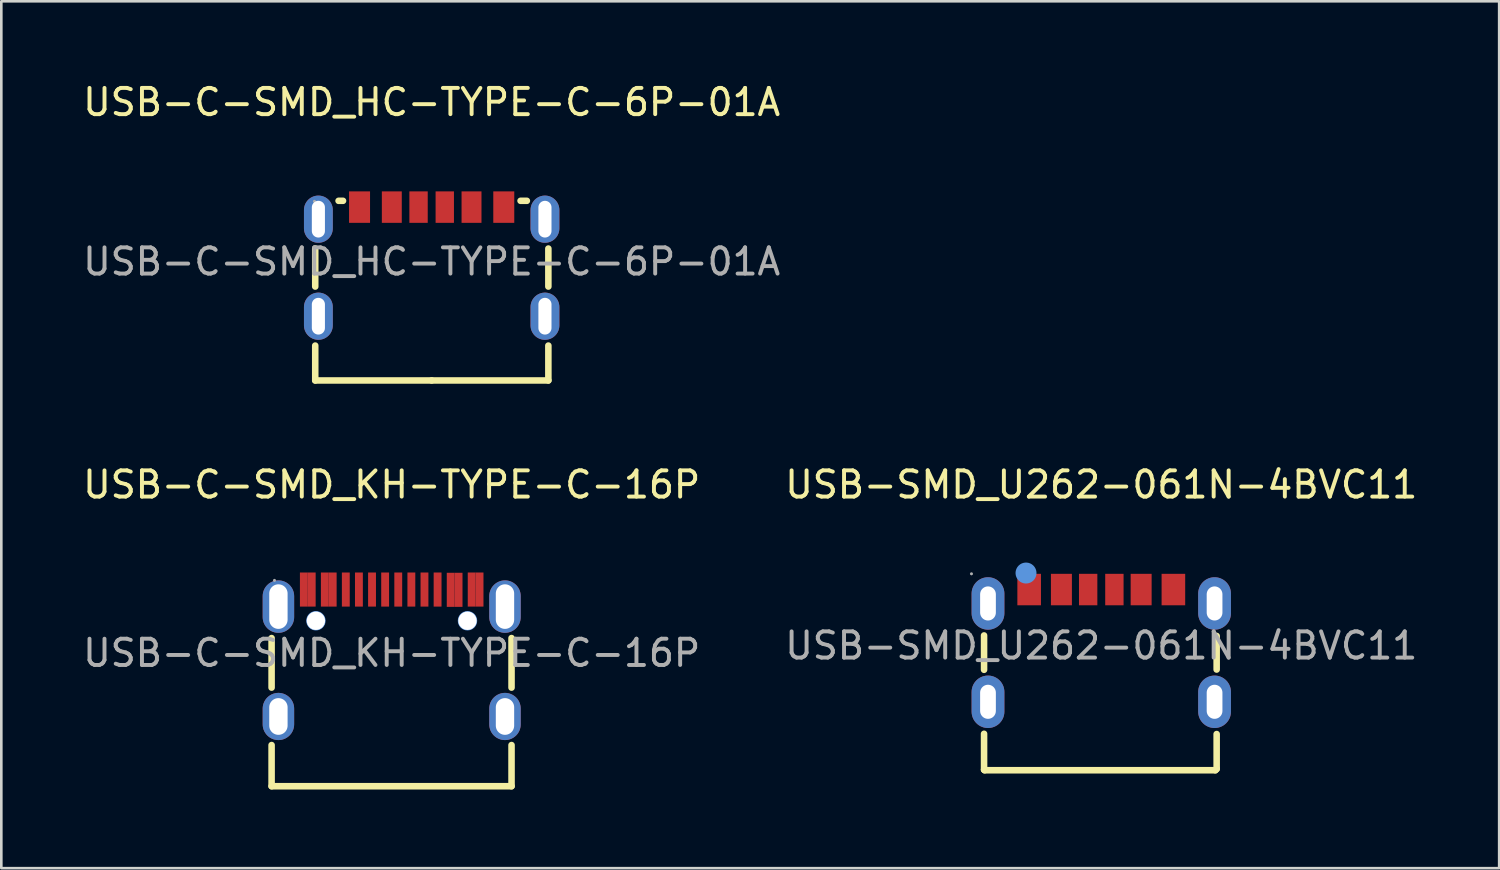
<source format=kicad_pcb>
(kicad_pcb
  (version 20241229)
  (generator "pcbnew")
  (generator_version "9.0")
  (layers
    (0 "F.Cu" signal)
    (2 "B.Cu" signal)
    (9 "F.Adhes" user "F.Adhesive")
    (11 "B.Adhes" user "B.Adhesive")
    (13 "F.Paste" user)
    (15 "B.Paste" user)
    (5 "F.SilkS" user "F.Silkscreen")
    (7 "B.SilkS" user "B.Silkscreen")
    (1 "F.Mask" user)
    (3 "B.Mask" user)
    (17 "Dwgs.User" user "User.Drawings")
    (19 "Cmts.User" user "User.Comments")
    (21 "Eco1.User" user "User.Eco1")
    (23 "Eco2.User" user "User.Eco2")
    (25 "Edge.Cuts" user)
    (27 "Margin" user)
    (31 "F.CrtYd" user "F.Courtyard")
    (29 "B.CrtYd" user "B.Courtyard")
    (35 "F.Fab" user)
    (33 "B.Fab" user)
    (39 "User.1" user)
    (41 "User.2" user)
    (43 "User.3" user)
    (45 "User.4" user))
  (footprint "USB-C-SMD_KH-TYPE-C-16P"
    (layer "F.Cu")
    (at 11.887 21.852)
    (property "Reference" "USB-C-SMD_KH-TYPE-C-16P" (at 0 -6.42 0) (layer "F.SilkS") (effects (font (size 1 1) (thickness 0.15))))
    (attr through_hole)
    (fp_line (start -4.58 -0.57) (end -4.58 1.32) (stroke (width 0.25) (type solid)) (layer "F.SilkS"))
    (fp_line (start -4.58 3.51) (end -4.58 5.08) (stroke (width 0.25) (type solid)) (layer "F.SilkS"))
    (fp_line (start -4.58 5.08) (end 4.57 5.08) (stroke (width 0.25) (type solid)) (layer "F.SilkS"))
    (fp_line (start 4.57 1.32) (end 4.57 -0.57) (stroke (width 0.25) (type solid)) (layer "F.SilkS"))
    (fp_line (start 4.57 5.08) (end 4.57 3.51) (stroke (width 0.25) (type solid)) (layer "F.SilkS"))
    (fp_circle (center -2.89 -1.23) (end -2.77 -1.23) (stroke (width 0.25) (type solid)) (fill no) (layer "Cmts.User"))
    (fp_circle (center 2.89 -1.23) (end 3.01 -1.23) (stroke (width 0.25) (type solid)) (fill no) (layer "Cmts.User"))
    (fp_circle (center -4.47 -2.77) (end -4.44 -2.77) (stroke (width 0.06) (type solid)) (fill no) (layer "F.Fab"))
    (fp_text user "${REFERENCE}" (at 0 0 0) (layer "F.Fab") (effects (font (size 1 1) (thickness 0.15))))
    (pad "" thru_hole circle (at -2.89 -1.23) (size 0.7 0.7) (drill 0.7) (layers "*.Cu" "*.Mask"))
    (pad "" thru_hole circle (at 2.89 -1.23) (size 0.7 0.7) (drill 0.7) (layers "*.Cu" "*.Mask"))
    (pad "1" thru_hole oval (at -4.32 -1.77) (size 1.2 2) (drill oval 0.7 1.7) (layers "*.Cu" "*.Paste" "*.Mask"))
    (pad "2" thru_hole oval (at 4.32 -1.77) (size 1.2 2) (drill oval 0.7 1.7) (layers "*.Cu" "*.Paste" "*.Mask"))
    (pad "3" thru_hole oval (at -4.32 2.42) (size 1.2 1.8) (drill oval 0.7 1.4) (layers "*.Cu" "*.Paste" "*.Mask"))
    (pad "4" thru_hole oval (at 4.32 2.42) (size 1.2 1.8) (drill oval 0.7 1.4) (layers "*.Cu" "*.Paste" "*.Mask"))
    (pad "A1" smd rect (at -3.35 -2.42) (size 0.3 1.3) (layers "F.Cu" "F.Mask" "F.Paste"))
    (pad "A4" smd rect (at -2.55 -2.42) (size 0.3 1.3) (layers "F.Cu" "F.Mask" "F.Paste"))
    (pad "A5" smd rect (at -1.25 -2.42) (size 0.3 1.3) (layers "F.Cu" "F.Mask" "F.Paste"))
    (pad "A6" smd rect (at -0.25 -2.42) (size 0.3 1.3) (layers "F.Cu" "F.Mask" "F.Paste"))
    (pad "A7" smd rect (at 0.25 -2.42) (size 0.3 1.3) (layers "F.Cu" "F.Mask" "F.Paste"))
    (pad "A8" smd rect (at 1.25 -2.42) (size 0.3 1.3) (layers "F.Cu" "F.Mask" "F.Paste"))
    (pad "A9" smd rect (at 2.55 -2.41) (size 0.3 1.3) (layers "F.Cu" "F.Mask" "F.Paste"))
    (pad "A12" smd rect (at 3.35 -2.42) (size 0.3 1.3) (layers "F.Cu" "F.Mask" "F.Paste"))
    (pad "B1" smd rect (at 3.05 -2.42) (size 0.3 1.3) (layers "F.Cu" "F.Mask" "F.Paste"))
    (pad "B4" smd rect (at 2.25 -2.41) (size 0.3 1.3) (layers "F.Cu" "F.Mask" "F.Paste"))
    (pad "B5" smd rect (at 1.75 -2.42) (size 0.3 1.3) (layers "F.Cu" "F.Mask" "F.Paste"))
    (pad "B6" smd rect (at 0.75 -2.42) (size 0.3 1.3) (layers "F.Cu" "F.Mask" "F.Paste"))
    (pad "B7" smd rect (at -0.75 -2.42) (size 0.3 1.3) (layers "F.Cu" "F.Mask" "F.Paste"))
    (pad "B8" smd rect (at -1.75 -2.42) (size 0.3 1.3) (layers "F.Cu" "F.Mask" "F.Paste"))
    (pad "B9" smd rect (at -2.25 -2.42) (size 0.3 1.3) (layers "F.Cu" "F.Mask" "F.Paste"))
    (pad "B12" smd rect (at -3.05 -2.42) (size 0.3 1.3) (layers "F.Cu" "F.Mask" "F.Paste")))
  (footprint "USB-C-SMD_HC-TYPE-C-6P-01A"
    (layer "F.Cu")
    (at 13.411 6.928)
    (property "Reference" "USB-C-SMD_HC-TYPE-C-6P-01A" (at 0 -6.08 0) (layer "F.SilkS") (effects (font (size 1 1) (thickness 0.15))))
    (attr through_hole)
    (fp_line (start -4.44 0.95) (end -4.44 -0.5) (stroke (width 0.25) (type solid)) (layer "F.SilkS"))
    (fp_line (start -4.44 4.53) (end -4.44 3.2) (stroke (width 0.25) (type solid)) (layer "F.SilkS"))
    (fp_line (start -3.55 -2.32) (end -3.38 -2.32) (stroke (width 0.25) (type solid)) (layer "F.SilkS"))
    (fp_line (start 0 4.53) (end -4.44 4.53) (stroke (width 0.25) (type solid)) (layer "F.SilkS"))
    (fp_line (start 3.39 -2.32) (end 3.63 -2.32) (stroke (width 0.25) (type solid)) (layer "F.SilkS"))
    (fp_line (start 4.45 -0.5) (end 4.45 0.95) (stroke (width 0.25) (type solid)) (layer "F.SilkS"))
    (fp_line (start 4.45 3.2) (end 4.45 4.53) (stroke (width 0.25) (type solid)) (layer "F.SilkS"))
    (fp_line (start 4.45 4.53) (end 0 4.53) (stroke (width 0.25) (type solid)) (layer "F.SilkS"))
    (fp_circle (center -4.47 -2.3) (end -4.44 -2.3) (stroke (width 0.06) (type solid)) (fill no) (layer "F.Fab"))
    (fp_text user "${REFERENCE}" (at 0 0 0) (layer "F.Fab") (effects (font (size 1 1) (thickness 0.15))))
    (pad "1" thru_hole oval (at -4.32 -1.62) (size 1.1 1.8) (drill oval 0.5 1.401) (layers "*.Cu" "*.Paste" "*.Mask"))
    (pad "2" thru_hole oval (at -4.32 2.08) (size 1.1 1.8) (drill oval 0.5 1.401) (layers "*.Cu" "*.Paste" "*.Mask"))
    (pad "3" thru_hole oval (at 4.32 -1.62) (size 1.1 1.8) (drill oval 0.5 1.401) (layers "*.Cu" "*.Paste" "*.Mask"))
    (pad "4" thru_hole oval (at 4.32 2.08) (size 1.1 1.8) (drill oval 0.5 1.401) (layers "*.Cu" "*.Paste" "*.Mask"))
    (pad "A5" smd rect (at -0.5 -2.08) (size 0.7 1.2) (layers "F.Cu" "F.Mask" "F.Paste"))
    (pad "A9" smd rect (at 1.52 -2.08) (size 0.76 1.2) (layers "F.Cu" "F.Mask" "F.Paste"))
    (pad "A12" smd rect (at 2.75 -2.08) (size 0.8 1.2) (layers "F.Cu" "F.Mask" "F.Paste"))
    (pad "B5" smd rect (at 0.5 -2.08) (size 0.7 1.2) (layers "F.Cu" "F.Mask" "F.Paste"))
    (pad "B9" smd rect (at -1.52 -2.08) (size 0.76 1.2) (layers "F.Cu" "F.Mask" "F.Paste"))
    (pad "B12" smd rect (at -2.75 -2.08) (size 0.8 1.2) (layers "F.Cu" "F.Mask" "F.Paste")))
  (footprint "USB-SMD_U262-061N-4BVC11"
    (layer "F.Cu")
    (at 38.946 21.572)
    (property "Reference" "USB-SMD_U262-061N-4BVC11" (at 0 -6.14 0) (layer "F.SilkS") (effects (font (size 1 1) (thickness 0.15))))
    (attr through_hole)
    (fp_line (start -4.47 -0.39) (end -4.47 0.92) (stroke (width 0.25) (type solid)) (layer "F.SilkS"))
    (fp_line (start -4.47 3.36) (end -4.47 4.73) (stroke (width 0.25) (type solid)) (layer "F.SilkS"))
    (fp_line (start -4.47 4.73) (end -4.45 4.75) (stroke (width 0.25) (type solid)) (layer "F.SilkS"))
    (fp_line (start -4.45 4.75) (end 4.35 4.75) (stroke (width 0.25) (type solid)) (layer "F.SilkS"))
    (fp_line (start 4.35 4.75) (end 4.4 4.7) (stroke (width 0.25) (type solid)) (layer "F.SilkS"))
    (fp_line (start 4.4 0.91) (end 4.4 -0.37) (stroke (width 0.25) (type solid)) (layer "F.SilkS"))
    (fp_line (start 4.4 4.7) (end 4.4 3.37) (stroke (width 0.25) (type solid)) (layer "F.SilkS"))
    (fp_circle (center -2.87 -2.77) (end -2.67 -2.77) (stroke (width 0.4) (type solid)) (fill no) (layer "Cmts.User"))
    (fp_circle (center -4.95 -2.74) (end -4.92 -2.74) (stroke (width 0.06) (type solid)) (fill no) (layer "F.Fab"))
    (fp_text user "${REFERENCE}" (at 0 0 0) (layer "F.Fab") (effects (font (size 1 1) (thickness 0.15))))
    (pad "7" thru_hole oval (at -4.32 -1.61) (size 1.25 2) (drill oval 0.6 1.3) (layers "*.Cu" "*.Paste" "*.Mask"))
    (pad "8" thru_hole oval (at 4.32 -1.61) (size 1.25 2) (drill oval 0.6 1.3) (layers "*.Cu" "*.Paste" "*.Mask"))
    (pad "9" thru_hole oval (at -4.32 2.14) (size 1.25 2) (drill oval 0.6 1.3) (layers "*.Cu" "*.Paste" "*.Mask"))
    (pad "10" thru_hole oval (at 4.32 2.14) (size 1.25 2) (drill oval 0.6 1.3) (layers "*.Cu" "*.Paste" "*.Mask"))
    (pad "A5" smd rect (at 0.5 -2.14) (size 0.7 1.2) (layers "F.Cu" "F.Mask" "F.Paste"))
    (pad "A9" smd rect (at 1.52 -2.14) (size 0.8 1.2) (layers "F.Cu" "F.Mask" "F.Paste"))
    (pad "A12" smd rect (at 2.75 -2.14) (size 0.9 1.2) (layers "F.Cu" "F.Mask" "F.Paste"))
    (pad "B5" smd rect (at -0.5 -2.14) (size 0.7 1.2) (layers "F.Cu" "F.Mask" "F.Paste"))
    (pad "B9" smd rect (at -1.52 -2.14) (size 0.8 1.2) (layers "F.Cu" "F.Mask" "F.Paste"))
    (pad "B12" smd rect (at -2.75 -2.14) (size 0.9 1.2) (layers "F.Cu" "F.Mask" "F.Paste")))
  (gr_rect
    (start -3 -3)
    (end 54.119 30.056)
    (stroke (width 0.1) (type default))
    (fill no)
    (layer "Edge.Cuts")))
</source>
